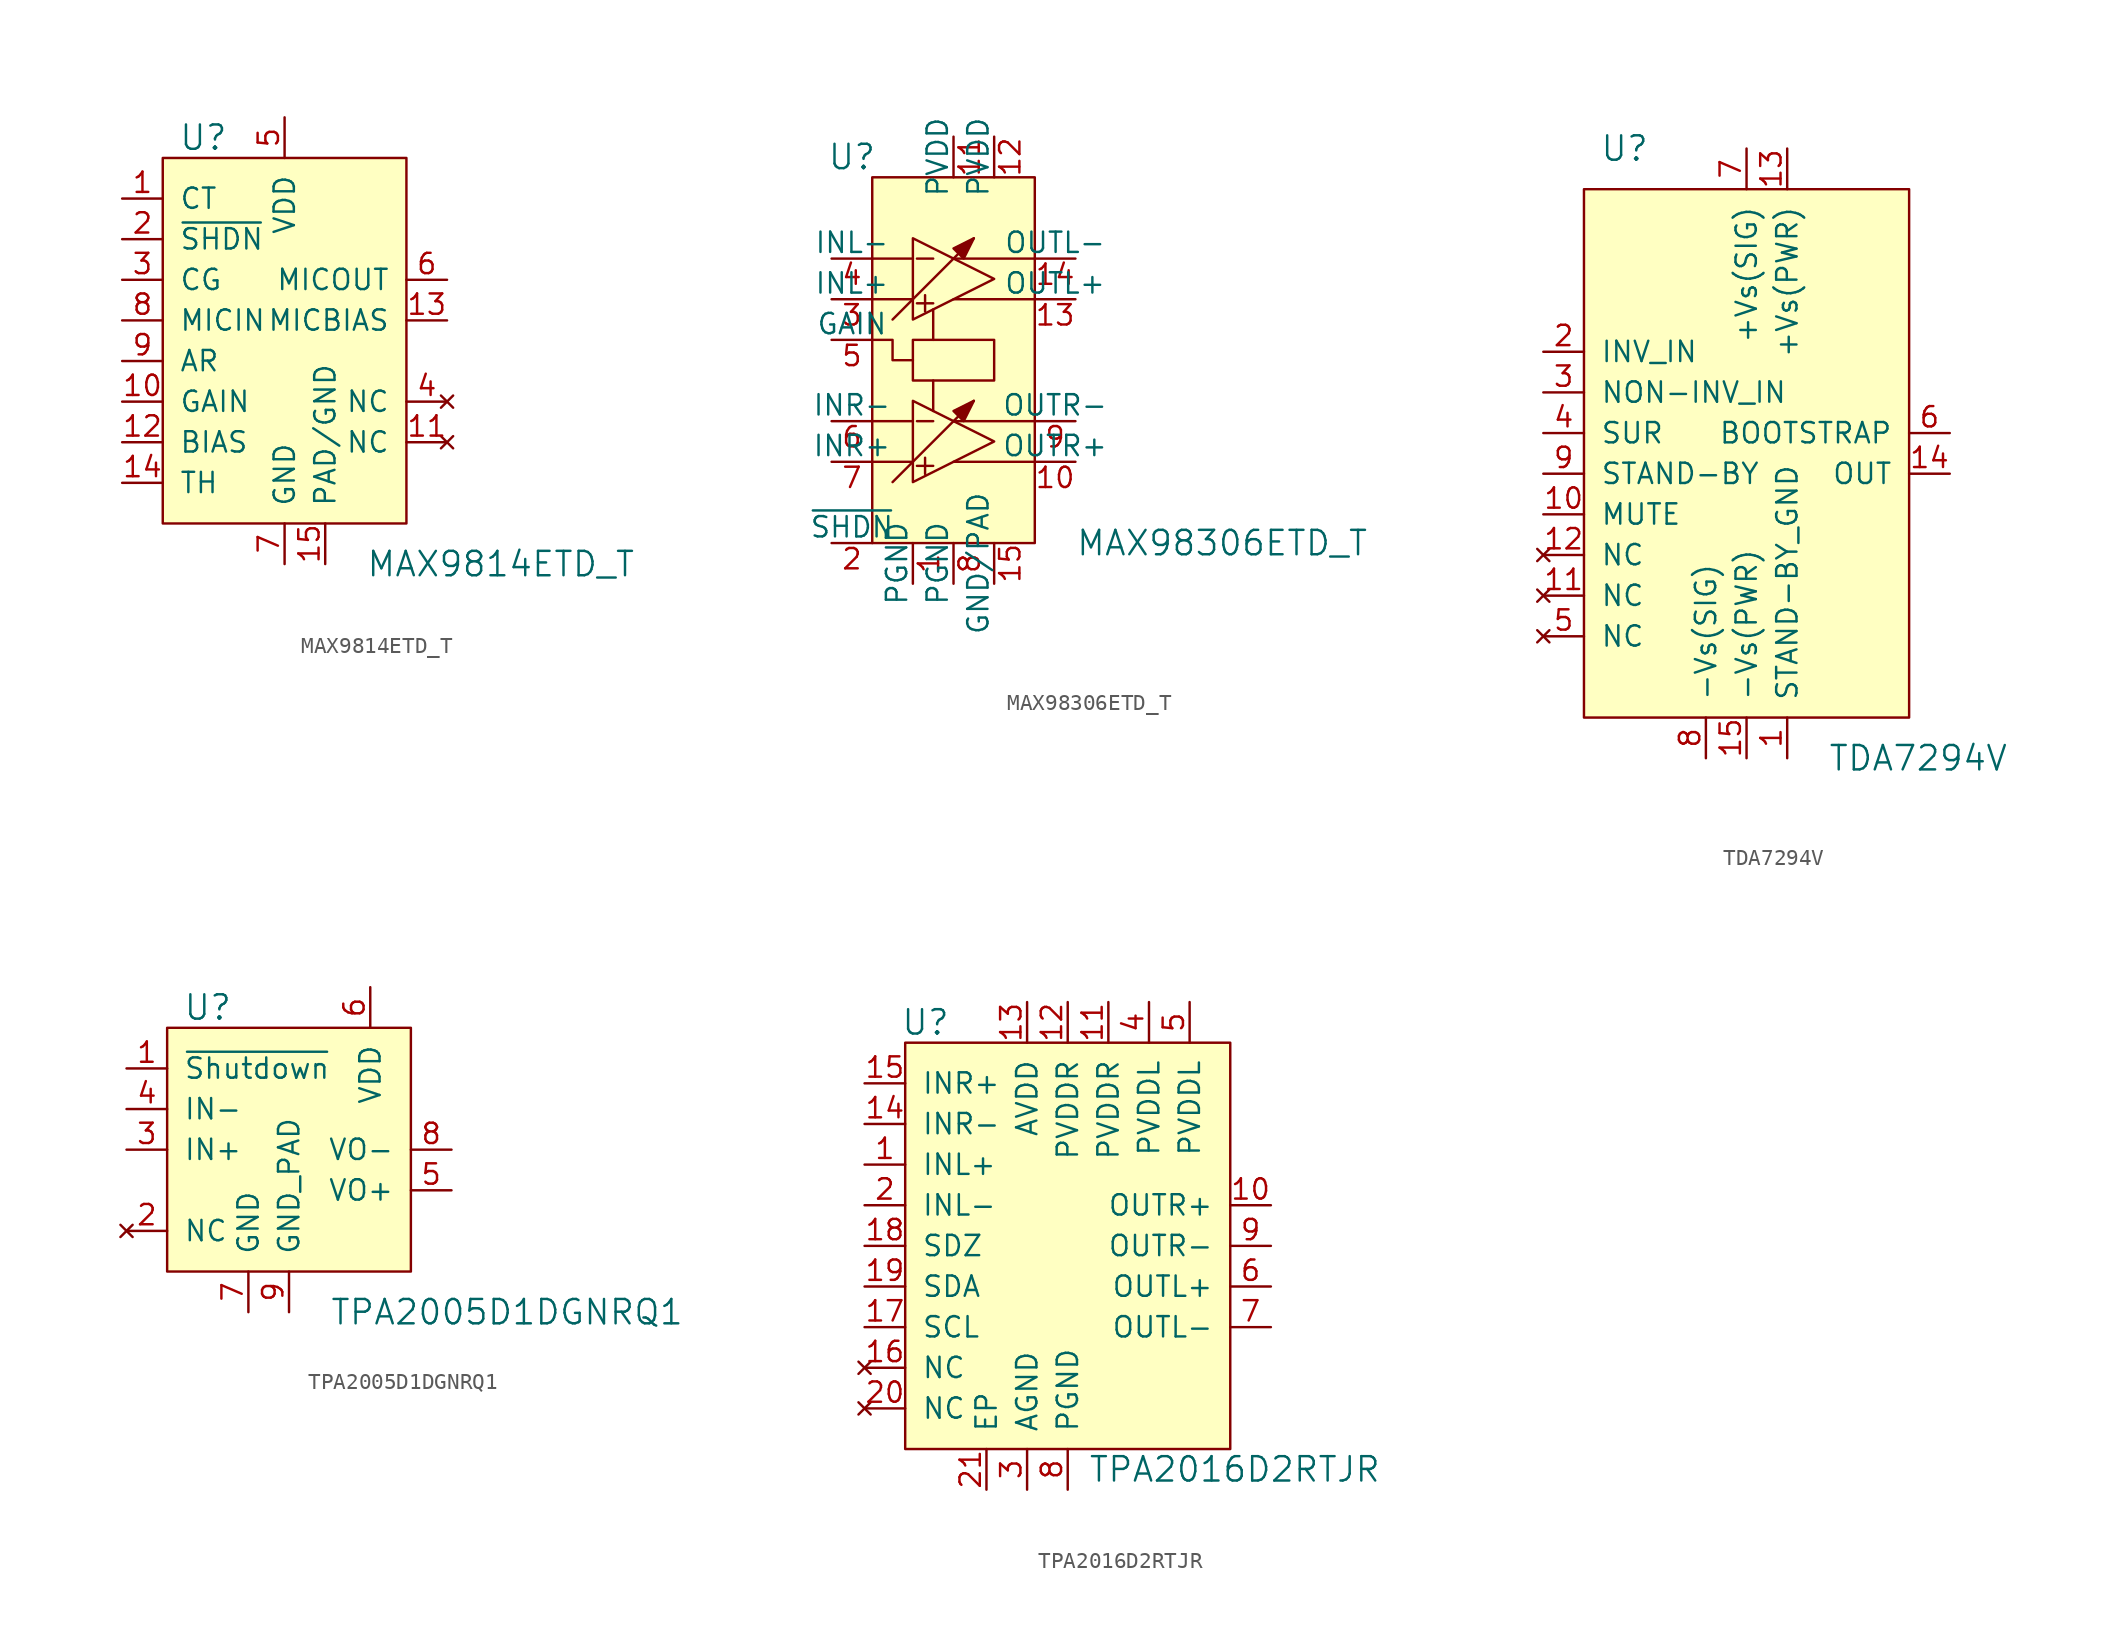
<source format=kicad_sym>
(kicad_symbol_lib
  (version 20231120)
  (generator "kicad_symbol_editor")
  (generator_version "8.0")
  (symbol "MAX9814ETD_T"
    (pin_names
      (offset 1.016))
    (property "Reference" "U"
      (at -7.62 3.81 0)
      (effects (font (size 1.524 1.524))))
    (property "Value" "MAX9814ETD_T"
      (at 2.54 -22.86 0)
      (effects (font (size 1.524 1.524)) (justify left)))
    (symbol "MAX9814ETD_T_0_1"
      (rectangle (start -10.16 2.54) (end 5.08 -20.32) (stroke (width 0) (type solid)) (fill (type background))))
    (symbol "MAX9814ETD_T_1_1"
      (pin passive line (at -12.7 0 0) (length 2.54) (name "CT" (effects (font (size 1.27 1.27)))) (number "1" (effects (font (size 1.27 1.27)))))
      (pin input line (at -12.7 -12.7 0) (length 2.54) (name "GAIN" (effects (font (size 1.27 1.27)))) (number "10" (effects (font (size 1.27 1.27)))))
      (pin no_connect line (at 7.62 -15.24 180) (length 2.54) (name "NC" (effects (font (size 1.27 1.27)))) (number "11" (effects (font (size 1.27 1.27)))))
      (pin input line (at -12.7 -15.24 0) (length 2.54) (name "BIAS" (effects (font (size 1.27 1.27)))) (number "12" (effects (font (size 1.27 1.27)))))
      (pin output line (at 7.62 -7.62 180) (length 2.54) (name "MICBIAS" (effects (font (size 1.27 1.27)))) (number "13" (effects (font (size 1.27 1.27)))))
      (pin input line (at -12.7 -17.78 0) (length 2.54) (name "TH" (effects (font (size 1.27 1.27)))) (number "14" (effects (font (size 1.27 1.27)))))
      (pin power_in line (at 0 -22.86 90) (length 2.54) (name "PAD/GND" (effects (font (size 1.27 1.27)))) (number "15" (effects (font (size 1.27 1.27)))))
      (pin input line (at -12.7 -2.54 0) (length 2.54) (name "~{SHDN}" (effects (font (size 1.27 1.27)))) (number "2" (effects (font (size 1.27 1.27)))))
      (pin input line (at -12.7 -5.08 0) (length 2.54) (name "CG" (effects (font (size 1.27 1.27)))) (number "3" (effects (font (size 1.27 1.27)))))
      (pin no_connect line (at 7.62 -12.7 180) (length 2.54) (name "NC" (effects (font (size 1.27 1.27)))) (number "4" (effects (font (size 1.27 1.27)))))
      (pin power_in line (at -2.54 5.08 270) (length 2.54) (name "VDD" (effects (font (size 1.27 1.27)))) (number "5" (effects (font (size 1.27 1.27)))))
      (pin output line (at 7.62 -5.08 180) (length 2.54) (name "MICOUT" (effects (font (size 1.27 1.27)))) (number "6" (effects (font (size 1.27 1.27)))))
      (pin power_in line (at -2.54 -22.86 90) (length 2.54) (name "GND" (effects (font (size 1.27 1.27)))) (number "7" (effects (font (size 1.27 1.27)))))
      (pin input line (at -12.7 -7.62 0) (length 2.54) (name "MICIN" (effects (font (size 1.27 1.27)))) (number "8" (effects (font (size 1.27 1.27)))))
      (pin input line (at -12.7 -10.16 0) (length 2.54) (name "AR" (effects (font (size 1.27 1.27)))) (number "9" (effects (font (size 1.27 1.27)))))))
  (symbol "MAX98306ETD_T"
    (pin_names
      (offset 0))
    (property "Reference" "U"
      (at -6.35 11.43 0)
      (effects (font (size 1.524 1.524))))
    (property "Value" "MAX98306ETD_T"
      (at 7.62 -12.7 0)
      (effects (font (size 1.524 1.524)) (justify left)))
    (symbol "MAX98306ETD_T_0_1"
      (rectangle (start -5.08 10.16) (end 5.08 -12.7) (stroke (width 0) (type solid)) (fill (type background)))
      (rectangle (start -2.54 0) (end 2.54 -2.54) (stroke (width 0) (type solid)) (fill (type none)))
      (polyline (pts (xy -5.08 -7.62) (xy -2.54 -7.62)) (stroke (width 0) (type solid)) (fill (type none)))
      (polyline (pts (xy -5.08 2.54) (xy -2.54 2.54)) (stroke (width 0) (type solid)) (fill (type none)))
      (polyline (pts (xy -3.81 -8.89) (xy 1.27 -3.81)) (stroke (width 0) (type solid)) (fill (type none)))
      (polyline (pts (xy -3.81 1.27) (xy 1.27 6.35)) (stroke (width 0) (type solid)) (fill (type none)))
      (polyline (pts (xy -2.54 -5.08) (xy -5.08 -5.08)) (stroke (width 0) (type solid)) (fill (type none)))
      (polyline (pts (xy -2.54 5.08) (xy -5.08 5.08)) (stroke (width 0) (type solid)) (fill (type none)))
      (polyline (pts (xy -2.286 -7.874) (xy -1.27 -7.874)) (stroke (width 0) (type solid)) (fill (type none)))
      (polyline (pts (xy -2.286 -5.08) (xy -1.27 -5.08)) (stroke (width 0) (type solid)) (fill (type none)))
      (polyline (pts (xy -2.286 2.286) (xy -1.27 2.286)) (stroke (width 0) (type solid)) (fill (type none)))
      (polyline (pts (xy -2.286 5.08) (xy -1.27 5.08)) (stroke (width 0) (type solid)) (fill (type none)))
      (polyline (pts (xy -1.778 -7.366) (xy -1.778 -8.382)) (stroke (width 0) (type solid)) (fill (type none)))
      (polyline (pts (xy -1.778 2.794) (xy -1.778 1.778)) (stroke (width 0) (type solid)) (fill (type none)))
      (polyline (pts (xy -1.27 -4.445) (xy -1.27 -2.54)) (stroke (width 0) (type solid)) (fill (type none)))
      (polyline (pts (xy -1.27 1.905) (xy -1.27 0)) (stroke (width 0) (type solid)) (fill (type none)))
      (polyline (pts (xy 5.08 -7.62) (xy 0 -7.62)) (stroke (width 0) (type solid)) (fill (type none)))
      (polyline (pts (xy 5.08 -5.08) (xy 0 -5.08)) (stroke (width 0) (type solid)) (fill (type none)))
      (polyline (pts (xy 5.08 2.54) (xy 0 2.54)) (stroke (width 0) (type solid)) (fill (type none)))
      (polyline (pts (xy 5.08 5.08) (xy 0 5.08)) (stroke (width 0) (type solid)) (fill (type none)))
      (polyline (pts (xy -5.08 0) (xy -3.81 0) (xy -3.81 -1.27) (xy -2.54 -1.27)) (stroke (width 0) (type solid)) (fill (type none)))
      (polyline (pts (xy -2.54 -3.81) (xy -2.54 -8.89) (xy 2.54 -6.35) (xy -2.54 -3.81)) (stroke (width 0) (type solid)) (fill (type none)))
      (polyline (pts (xy -2.54 6.35) (xy -2.54 1.27) (xy 2.54 3.81) (xy -2.54 6.35)) (stroke (width 0) (type solid)) (fill (type none)))
      (polyline (pts (xy 0 -4.445) (xy 1.27 -3.81) (xy 0.635 -5.08) (xy 0 -4.445)) (stroke (width 0) (type solid)) (fill (type outline)))
      (polyline (pts (xy 0 5.715) (xy 1.27 6.35) (xy 0.635 5.08) (xy 0 5.715)) (stroke (width 0) (type solid)) (fill (type outline))))
    (symbol "MAX98306ETD_T_1_1"
      (pin power_in line (at -2.54 -15.24 90) (length 2.54) (name "PGND" (effects (font (size 1.27 1.27)))) (number "1" (effects (font (size 1.27 1.27)))))
      (pin output line (at 7.62 -7.62 180) (length 2.54) (name "OUTR+" (effects (font (size 1.27 1.27)))) (number "10" (effects (font (size 1.27 1.27)))))
      (pin power_in line (at 0 12.7 270) (length 2.54) (name "PVDD" (effects (font (size 1.27 1.27)))) (number "11" (effects (font (size 1.27 1.27)))))
      (pin power_in line (at 2.54 12.7 270) (length 2.54) (name "PVDD" (effects (font (size 1.27 1.27)))) (number "12" (effects (font (size 1.27 1.27)))))
      (pin output line (at 7.62 2.54 180) (length 2.54) (name "OUTL+" (effects (font (size 1.27 1.27)))) (number "13" (effects (font (size 1.27 1.27)))))
      (pin output line (at 7.62 5.08 180) (length 2.54) (name "OUTL-" (effects (font (size 1.27 1.27)))) (number "14" (effects (font (size 1.27 1.27)))))
      (pin unspecified line (at 2.54 -15.24 90) (length 2.54) (name "GND/PAD" (effects (font (size 1.27 1.27)))) (number "15" (effects (font (size 1.27 1.27)))))
      (pin input line (at -7.62 -12.7 0) (length 2.54) (name "~{SHDN}" (effects (font (size 1.27 1.27)))) (number "2" (effects (font (size 1.27 1.27)))))
      (pin input line (at -7.62 2.54 0) (length 2.54) (name "INL+" (effects (font (size 1.27 1.27)))) (number "3" (effects (font (size 1.27 1.27)))))
      (pin input line (at -7.62 5.08 0) (length 2.54) (name "INL-" (effects (font (size 1.27 1.27)))) (number "4" (effects (font (size 1.27 1.27)))))
      (pin input line (at -7.62 0 0) (length 2.54) (name "GAIN" (effects (font (size 1.27 1.27)))) (number "5" (effects (font (size 1.27 1.27)))))
      (pin input line (at -7.62 -5.08 0) (length 2.54) (name "INR-" (effects (font (size 1.27 1.27)))) (number "6" (effects (font (size 1.27 1.27)))))
      (pin input line (at -7.62 -7.62 0) (length 2.54) (name "INR+" (effects (font (size 1.27 1.27)))) (number "7" (effects (font (size 1.27 1.27)))))
      (pin power_in line (at 0 -15.24 90) (length 2.54) (name "PGND" (effects (font (size 1.27 1.27)))) (number "8" (effects (font (size 1.27 1.27)))))
      (pin output line (at 7.62 -5.08 180) (length 2.54) (name "OUTR-" (effects (font (size 1.27 1.27)))) (number "9" (effects (font (size 1.27 1.27)))))))
  (symbol "TDA7294V"
    (pin_names
      (offset 1.016))
    (property "Reference" "U"
      (at -7.62 17.78 0)
      (effects (font (size 1.524 1.524))))
    (property "Value" "TDA7294V"
      (at 5.08 -20.32 0)
      (effects (font (size 1.524 1.524)) (justify left)))
    (symbol "TDA7294V_0_1"
      (rectangle (start -10.16 15.24) (end 10.16 -17.78) (stroke (width 0) (type solid)) (fill (type background))))
    (symbol "TDA7294V_1_1"
      (pin power_in line (at 2.54 -20.32 90) (length 2.54) (name "STAND-BY_GND" (effects (font (size 1.27 1.27)))) (number "1" (effects (font (size 1.27 1.27)))))
      (pin input line (at -12.7 -5.08 0) (length 2.54) (name "MUTE" (effects (font (size 1.27 1.27)))) (number "10" (effects (font (size 1.27 1.27)))))
      (pin no_connect line (at -12.7 -10.16 0) (length 2.54) (name "NC" (effects (font (size 1.27 1.27)))) (number "11" (effects (font (size 1.27 1.27)))))
      (pin no_connect line (at -12.7 -7.62 0) (length 2.54) (name "NC" (effects (font (size 1.27 1.27)))) (number "12" (effects (font (size 1.27 1.27)))))
      (pin power_in line (at 2.54 17.78 270) (length 2.54) (name "+Vs(PWR)" (effects (font (size 1.27 1.27)))) (number "13" (effects (font (size 1.27 1.27)))))
      (pin output line (at 12.7 -2.54 180) (length 2.54) (name "OUT" (effects (font (size 1.27 1.27)))) (number "14" (effects (font (size 1.27 1.27)))))
      (pin power_in line (at 0 -20.32 90) (length 2.54) (name "-Vs(PWR)" (effects (font (size 1.27 1.27)))) (number "15" (effects (font (size 1.27 1.27)))))
      (pin input line (at -12.7 5.08 0) (length 2.54) (name "INV_IN" (effects (font (size 1.27 1.27)))) (number "2" (effects (font (size 1.27 1.27)))))
      (pin input line (at -12.7 2.54 0) (length 2.54) (name "NON-INV_IN" (effects (font (size 1.27 1.27)))) (number "3" (effects (font (size 1.27 1.27)))))
      (pin input line (at -12.7 0 0) (length 2.54) (name "SUR" (effects (font (size 1.27 1.27)))) (number "4" (effects (font (size 1.27 1.27)))))
      (pin no_connect line (at -12.7 -12.7 0) (length 2.54) (name "NC" (effects (font (size 1.27 1.27)))) (number "5" (effects (font (size 1.27 1.27)))))
      (pin output line (at 12.7 0 180) (length 2.54) (name "BOOTSTRAP" (effects (font (size 1.27 1.27)))) (number "6" (effects (font (size 1.27 1.27)))))
      (pin power_in line (at 0 17.78 270) (length 2.54) (name "+Vs(SIG)" (effects (font (size 1.27 1.27)))) (number "7" (effects (font (size 1.27 1.27)))))
      (pin power_in line (at -2.54 -20.32 90) (length 2.54) (name "-Vs(SIG)" (effects (font (size 1.27 1.27)))) (number "8" (effects (font (size 1.27 1.27)))))
      (pin input line (at -12.7 -2.54 0) (length 2.54) (name "STAND-BY" (effects (font (size 1.27 1.27)))) (number "9" (effects (font (size 1.27 1.27)))))))
  (symbol "TPA2005D1DGNRQ1"
    (pin_names
      (offset 1.016))
    (property "Reference" "U"
      (at -10.16 6.35 0)
      (effects (font (size 1.524 1.524))))
    (property "Value" "TPA2005D1DGNRQ1"
      (at -2.54 -12.7 0)
      (effects (font (size 1.524 1.524)) (justify left)))
    (symbol "TPA2005D1DGNRQ1_0_1"
      (rectangle (start -12.7 5.08) (end 2.54 -10.16) (stroke (width 0) (type solid)) (fill (type background))))
    (symbol "TPA2005D1DGNRQ1_1_1"
      (pin input line (at -15.24 2.54 0) (length 2.54) (name "~{Shutdown}" (effects (font (size 1.27 1.27)))) (number "1" (effects (font (size 1.27 1.27)))))
      (pin no_connect line (at -15.24 -7.62 0) (length 2.54) (name "NC" (effects (font (size 1.27 1.27)))) (number "2" (effects (font (size 1.27 1.27)))))
      (pin input line (at -15.24 -2.54 0) (length 2.54) (name "IN+" (effects (font (size 1.27 1.27)))) (number "3" (effects (font (size 1.27 1.27)))))
      (pin input line (at -15.24 0 0) (length 2.54) (name "IN-" (effects (font (size 1.27 1.27)))) (number "4" (effects (font (size 1.27 1.27)))))
      (pin output line (at 5.08 -5.08 180) (length 2.54) (name "VO+" (effects (font (size 1.27 1.27)))) (number "5" (effects (font (size 1.27 1.27)))))
      (pin power_in line (at 0 7.62 270) (length 2.54) (name "VDD" (effects (font (size 1.27 1.27)))) (number "6" (effects (font (size 1.27 1.27)))))
      (pin power_in line (at -7.62 -12.7 90) (length 2.54) (name "GND" (effects (font (size 1.27 1.27)))) (number "7" (effects (font (size 1.27 1.27)))))
      (pin output line (at 5.08 -2.54 180) (length 2.54) (name "VO-" (effects (font (size 1.27 1.27)))) (number "8" (effects (font (size 1.27 1.27)))))
      (pin power_in line (at -5.08 -12.7 90) (length 2.54) (name "GND_PAD" (effects (font (size 1.27 1.27)))) (number "9" (effects (font (size 1.27 1.27)))))))
  (symbol "TPA2016D2RTJR"
    (pin_names
      (offset 1.016))
    (property "Reference" "U"
      (at -6.35 3.81 0)
      (effects (font (size 1.524 1.524))))
    (property "Value" "TPA2016D2RTJR"
      (at 3.81 -24.13 0)
      (effects (font (size 1.524 1.524)) (justify left)))
    (symbol "TPA2016D2RTJR_0_1"
      (rectangle (start -7.62 2.54) (end 12.7 -22.86) (stroke (width 0) (type solid)) (fill (type background))))
    (symbol "TPA2016D2RTJR_1_1"
      (pin input line (at -10.16 -5.08 0) (length 2.54) (name "INL+" (effects (font (size 1.27 1.27)))) (number "1" (effects (font (size 1.27 1.27)))))
      (pin output line (at 15.24 -7.62 180) (length 2.54) (name "OUTR+" (effects (font (size 1.27 1.27)))) (number "10" (effects (font (size 1.27 1.27)))))
      (pin power_in line (at 5.08 5.08 270) (length 2.54) (name "PVDDR" (effects (font (size 1.27 1.27)))) (number "11" (effects (font (size 1.27 1.27)))))
      (pin power_in line (at 2.54 5.08 270) (length 2.54) (name "PVDDR" (effects (font (size 1.27 1.27)))) (number "12" (effects (font (size 1.27 1.27)))))
      (pin power_in line (at 0 5.08 270) (length 2.54) (name "AVDD" (effects (font (size 1.27 1.27)))) (number "13" (effects (font (size 1.27 1.27)))))
      (pin input line (at -10.16 -2.54 0) (length 2.54) (name "INR-" (effects (font (size 1.27 1.27)))) (number "14" (effects (font (size 1.27 1.27)))))
      (pin input line (at -10.16 0 0) (length 2.54) (name "INR+" (effects (font (size 1.27 1.27)))) (number "15" (effects (font (size 1.27 1.27)))))
      (pin no_connect line (at -10.16 -17.78 0) (length 2.54) (name "NC" (effects (font (size 1.27 1.27)))) (number "16" (effects (font (size 1.27 1.27)))))
      (pin input line (at -10.16 -15.24 0) (length 2.54) (name "SCL" (effects (font (size 1.27 1.27)))) (number "17" (effects (font (size 1.27 1.27)))))
      (pin input line (at -10.16 -10.16 0) (length 2.54) (name "SDZ" (effects (font (size 1.27 1.27)))) (number "18" (effects (font (size 1.27 1.27)))))
      (pin bidirectional line (at -10.16 -12.7 0) (length 2.54) (name "SDA" (effects (font (size 1.27 1.27)))) (number "19" (effects (font (size 1.27 1.27)))))
      (pin input line (at -10.16 -7.62 0) (length 2.54) (name "INL-" (effects (font (size 1.27 1.27)))) (number "2" (effects (font (size 1.27 1.27)))))
      (pin no_connect line (at -10.16 -20.32 0) (length 2.54) (name "NC" (effects (font (size 1.27 1.27)))) (number "20" (effects (font (size 1.27 1.27)))))
      (pin passive line (at -2.54 -25.4 90) (length 2.54) (name "EP" (effects (font (size 1.27 1.27)))) (number "21" (effects (font (size 1.27 1.27)))))
      (pin power_in line (at 0 -25.4 90) (length 2.54) (name "AGND" (effects (font (size 1.27 1.27)))) (number "3" (effects (font (size 1.27 1.27)))))
      (pin power_in line (at 7.62 5.08 270) (length 2.54) (name "PVDDL" (effects (font (size 1.27 1.27)))) (number "4" (effects (font (size 1.27 1.27)))))
      (pin power_in line (at 10.16 5.08 270) (length 2.54) (name "PVDDL" (effects (font (size 1.27 1.27)))) (number "5" (effects (font (size 1.27 1.27)))))
      (pin output line (at 15.24 -12.7 180) (length 2.54) (name "OUTL+" (effects (font (size 1.27 1.27)))) (number "6" (effects (font (size 1.27 1.27)))))
      (pin output line (at 15.24 -15.24 180) (length 2.54) (name "OUTL-" (effects (font (size 1.27 1.27)))) (number "7" (effects (font (size 1.27 1.27)))))
      (pin power_in line (at 2.54 -25.4 90) (length 2.54) (name "PGND" (effects (font (size 1.27 1.27)))) (number "8" (effects (font (size 1.27 1.27)))))
      (pin output line (at 15.24 -10.16 180) (length 2.54) (name "OUTR-" (effects (font (size 1.27 1.27)))) (number "9" (effects (font (size 1.27 1.27))))))))
</source>
